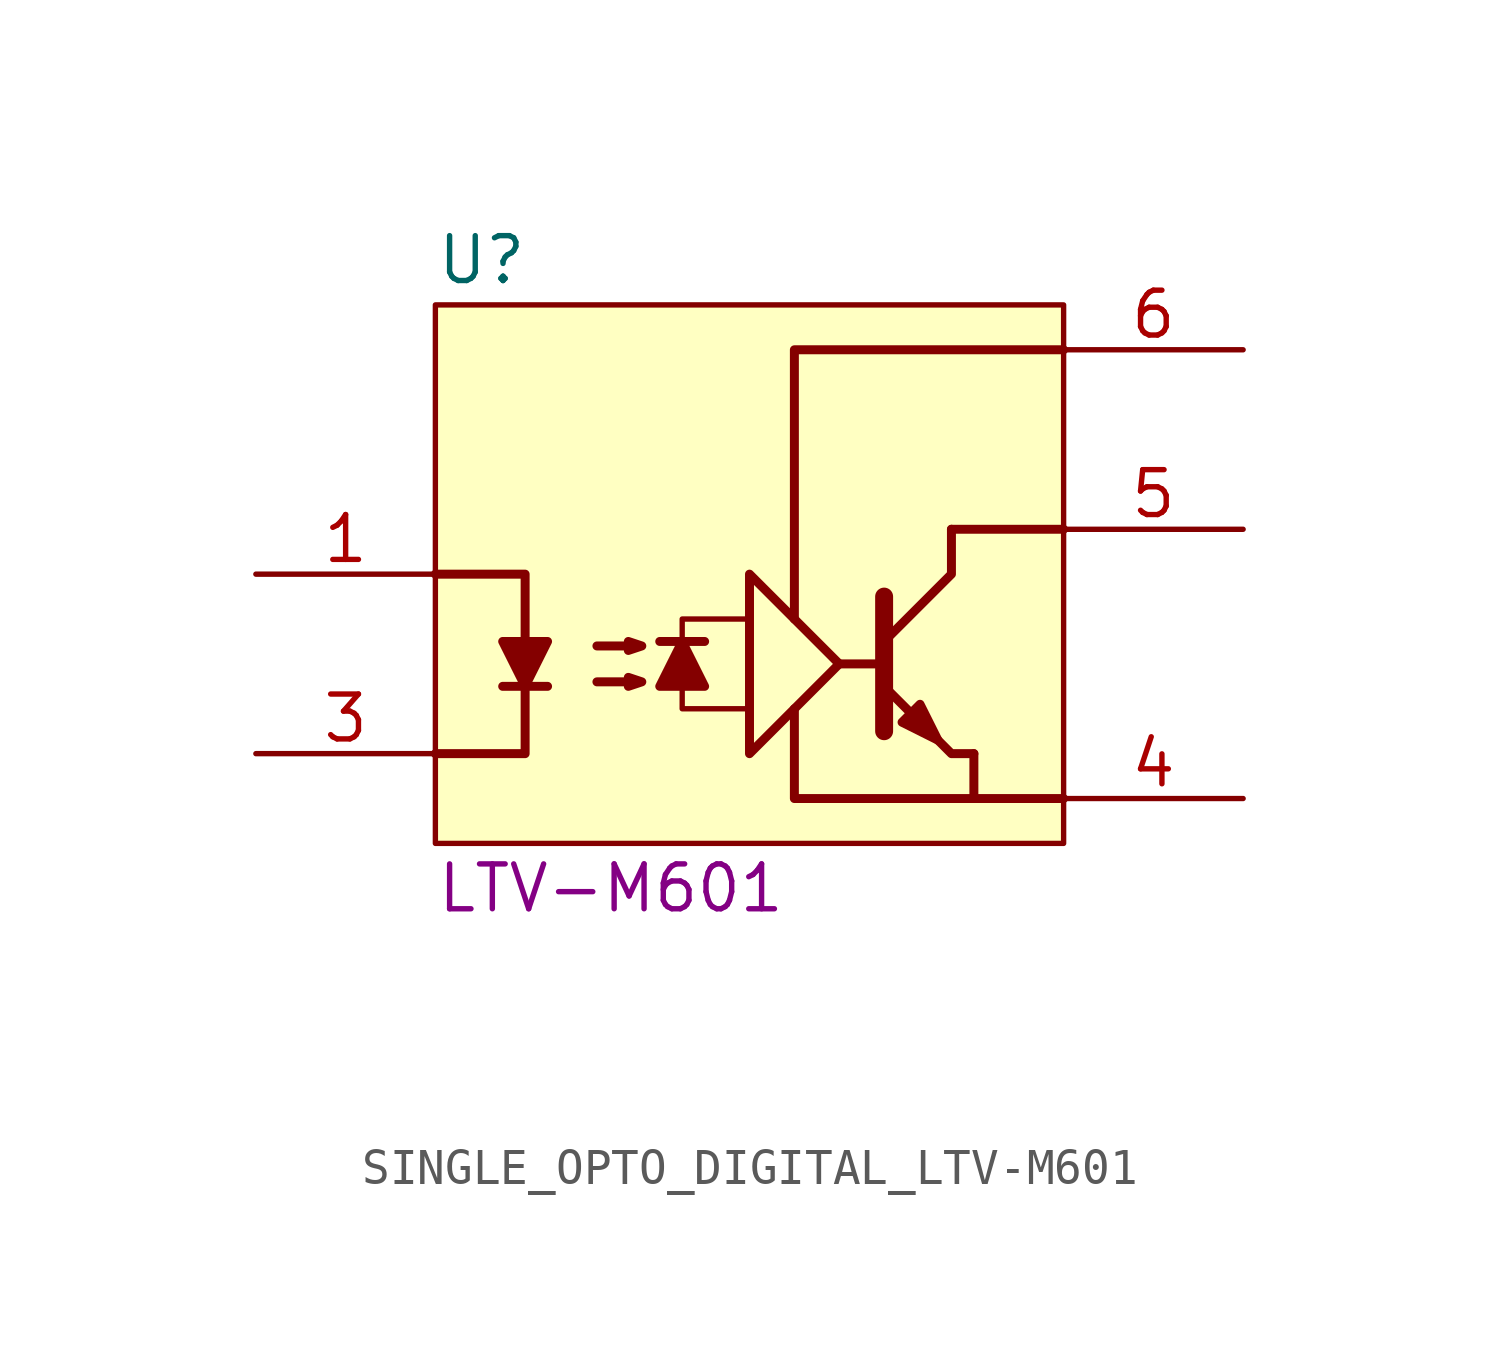
<source format=kicad_sym>
(kicad_symbol_lib
  (version 20211014)
  (generator kicad_symbol_editor)
  (symbol "SINGLE_OPTO_DIGITAL_LTV-M601"
    (pin_names
      (offset 1.016))
    (property "Reference" "U"
      (at 0 15.24 0)
      (effects (font (size 1.27 1.27)) (justify left)))
    (property "Displayed Value" "LTV-M601"
      (at 0 -2.54 0)
      (effects (font (size 1.27 1.27)) (justify left)))
    (property "Voltage" ""
      (at 12.065 -6.985 0)
      (effects (font (size 1.27 1.27)) (justify left)))
    (symbol "SINGLE_OPTO_DIGITAL_LTV-M601_0_1"
      (polyline (pts (xy 1.905 3.175) (xy 3.175 3.175)) (stroke (width 0.254) (type default) (color 0 0 0 0)) (fill (type none)))
      (polyline (pts (xy 7.62 4.445) (xy 6.35 4.445)) (stroke (width 0.254) (type default) (color 0 0 0 0)) (fill (type none)))
      (polyline (pts (xy 12.7 3.81) (xy 11.43 3.81)) (stroke (width 0.254) (type default) (color 0 0 0 0)) (fill (type none)))
      (polyline (pts (xy 14.605 7.62) (xy 17.78 7.62)) (stroke (width 0.254) (type default) (color 0 0 0 0)) (fill (type none)))
      (polyline (pts (xy 6.985 3.175) (xy 6.985 2.54) (xy 8.89 2.54)) (stroke (width 0.152) (type default) (color 0 0 0 0)) (fill (type none)))
      (polyline (pts (xy 6.985 4.445) (xy 6.985 5.08) (xy 8.89 5.08)) (stroke (width 0.152) (type default) (color 0 0 0 0)) (fill (type none)))
      (polyline (pts (xy 12.7 5.715) (xy 12.7 1.905) (xy 12.7 1.905)) (stroke (width 0.508) (type default) (color 0 0 0 0)) (fill (type none)))
      (polyline (pts (xy 14.605 7.62) (xy 14.605 6.35) (xy 12.7 4.445)) (stroke (width 0.254) (type default) (color 0 0 0 0)) (fill (type none)))
      (polyline (pts (xy 15.24 0) (xy 10.16 0) (xy 10.16 2.54)) (stroke (width 0.254) (type default) (color 0 0 0 0)) (fill (type none)))
      (polyline (pts (xy 15.24 1.27) (xy 14.605 1.27) (xy 12.7 3.175)) (stroke (width 0.254) (type default) (color 0 0 0 0)) (fill (type none)))
      (polyline (pts (xy 15.24 1.27) (xy 15.24 0) (xy 17.78 0)) (stroke (width 0.254) (type default) (color 0 0 0 0)) (fill (type none)))
      (polyline (pts (xy 17.78 12.7) (xy 10.16 12.7) (xy 10.16 5.08)) (stroke (width 0.254) (type default) (color 0 0 0 0)) (fill (type none)))
      (polyline (pts (xy 0 1.27) (xy 2.54 1.27) (xy 2.54 6.35) (xy 0 6.35)) (stroke (width 0.254) (type default) (color 0 0 0 0)) (fill (type none)))
      (polyline (pts (xy 2.54 3.175) (xy 1.905 4.445) (xy 3.175 4.445) (xy 2.54 3.175)) (stroke (width 0.254) (type default) (color 0 0 0 0)) (fill (type outline)))
      (polyline (pts (xy 6.985 4.445) (xy 7.62 3.175) (xy 6.35 3.175) (xy 6.985 4.445)) (stroke (width 0.254) (type default) (color 0 0 0 0)) (fill (type outline)))
      (polyline (pts (xy 4.572 3.302) (xy 5.842 3.302) (xy 5.461 3.175) (xy 5.461 3.429) (xy 5.842 3.302)) (stroke (width 0.254) (type default) (color 0 0 0 0)) (fill (type none)))
      (polyline (pts (xy 4.572 4.318) (xy 5.842 4.318) (xy 5.461 4.191) (xy 5.461 4.445) (xy 5.842 4.318)) (stroke (width 0.254) (type default) (color 0 0 0 0)) (fill (type none)))
      (polyline (pts (xy 11.43 3.81) (xy 8.89 6.35) (xy 8.89 2.54) (xy 8.89 1.27) (xy 11.43 3.81)) (stroke (width 0.254) (type default) (color 0 0 0 0)) (fill (type none)))
      (polyline (pts (xy 13.208 2.159) (xy 13.716 2.667) (xy 14.224 1.651) (xy 13.208 2.159) (xy 13.208 2.159)) (stroke (width 0.254) (type default) (color 0 0 0 0)) (fill (type outline)))
      (rectangle (start 0 13.97) (end 17.78 -1.27) (stroke (width 0.152) (type default) (color 0 0 0 0)) (fill (type background))))
    (symbol "SINGLE_OPTO_DIGITAL_LTV-M601_1_1"
      (pin passive line (at -5.08 6.35 0) (length 5.08) (name "~" (effects (font (size 1.27 1.27)))) (number "1" (effects (font (size 1.27 1.27)))))
      (pin passive line (at -5.08 1.27 0) (length 5.08) (name "~" (effects (font (size 1.27 1.27)))) (number "3" (effects (font (size 1.27 1.27)))))
      (pin passive line (at 22.86 0 180) (length 5.08) (name "~" (effects (font (size 1.27 1.27)))) (number "4" (effects (font (size 1.27 1.27)))))
      (pin passive line (at 22.86 7.62 180) (length 5.08) (name "~" (effects (font (size 1.27 1.27)))) (number "5" (effects (font (size 1.27 1.27)))))
      (pin passive line (at 22.86 12.7 180) (length 5.08) (name "~" (effects (font (size 1.27 1.27)))) (number "6" (effects (font (size 1.27 1.27))))))))
</source>
